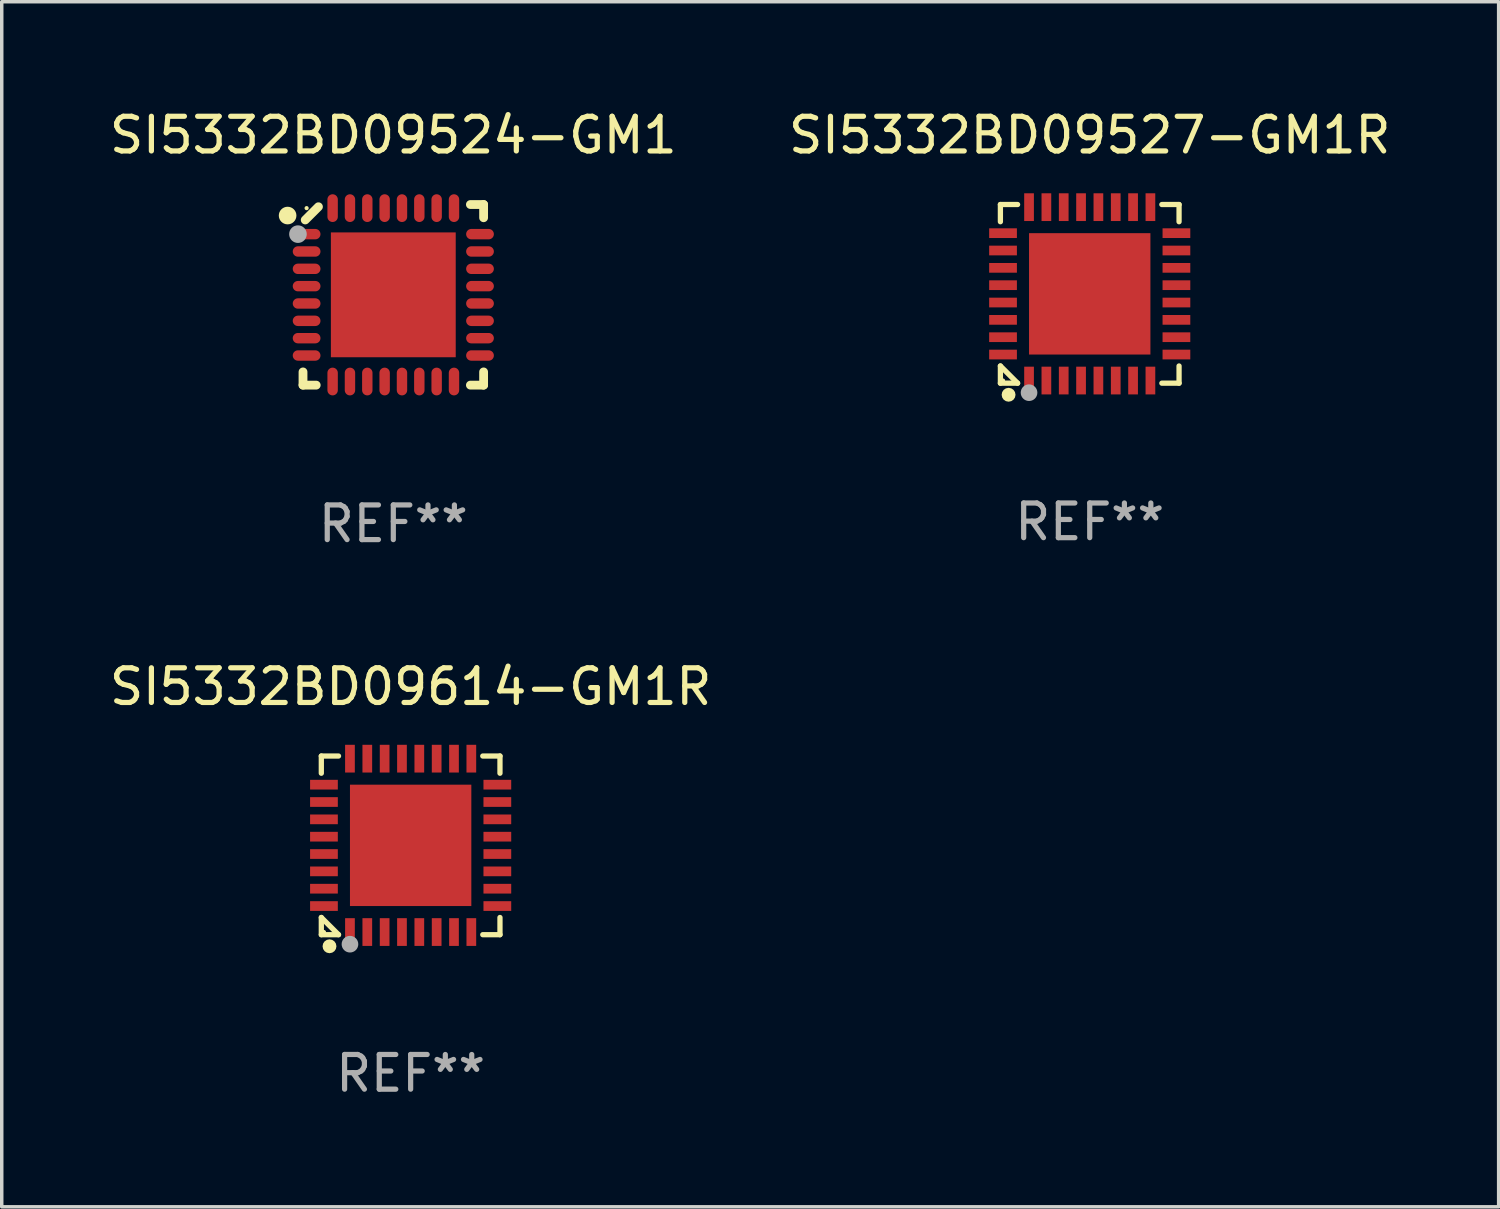
<source format=kicad_pcb>
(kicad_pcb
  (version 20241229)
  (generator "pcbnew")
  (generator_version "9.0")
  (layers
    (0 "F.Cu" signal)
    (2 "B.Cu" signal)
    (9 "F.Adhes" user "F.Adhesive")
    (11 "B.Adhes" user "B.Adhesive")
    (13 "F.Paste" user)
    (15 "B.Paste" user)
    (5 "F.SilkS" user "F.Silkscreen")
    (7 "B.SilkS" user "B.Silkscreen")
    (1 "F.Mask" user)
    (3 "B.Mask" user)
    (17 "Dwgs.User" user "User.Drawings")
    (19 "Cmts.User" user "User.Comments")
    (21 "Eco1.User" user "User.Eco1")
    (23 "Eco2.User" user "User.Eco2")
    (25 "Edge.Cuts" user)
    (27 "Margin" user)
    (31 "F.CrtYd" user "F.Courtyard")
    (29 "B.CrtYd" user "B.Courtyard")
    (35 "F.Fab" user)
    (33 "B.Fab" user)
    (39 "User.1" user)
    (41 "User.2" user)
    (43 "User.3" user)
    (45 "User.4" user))
  (footprint "SI5332BD09527-GM1R"
    (layer "F.Cu")
    (at 28.375 5.424)
    (property "Reference" "SI5332BD09527-GM1R" (at 0 -4.576 0) (layer "F.SilkS") (effects (font (size 1 1) (thickness 0.15))))
    (attr through_hole)
    (fp_line (start -2.576 -2.576) (end -2.08 -2.576) (stroke (width 0.152) (type solid)) (layer "F.SilkS"))
    (fp_line (start -2.576 -2.08) (end -2.576 -2.576) (stroke (width 0.152) (type solid)) (layer "F.SilkS"))
    (fp_line (start -2.576 2.08) (end -2.576 2.576) (stroke (width 0.152) (type solid)) (layer "F.SilkS"))
    (fp_line (start -2.576 2.08) (end -2.08 2.576) (stroke (width 0.152) (type solid)) (layer "F.SilkS"))
    (fp_line (start -2.576 2.576) (end -2.08 2.576) (stroke (width 0.152) (type solid)) (layer "F.SilkS"))
    (fp_line (start 2.576 -2.576) (end 2.08 -2.576) (stroke (width 0.152) (type solid)) (layer "F.SilkS"))
    (fp_line (start 2.576 -2.08) (end 2.576 -2.576) (stroke (width 0.152) (type solid)) (layer "F.SilkS"))
    (fp_line (start 2.576 2.08) (end 2.576 2.576) (stroke (width 0.152) (type solid)) (layer "F.SilkS"))
    (fp_line (start 2.576 2.576) (end 2.08 2.576) (stroke (width 0.152) (type solid)) (layer "F.SilkS"))
    (fp_circle (center -2.5 2.5) (end -2.47 2.5) (stroke (width 0.06) (type solid)) (fill no) (layer "F.SilkS"))
    (fp_circle (center -2.34 2.91) (end -2.24 2.91) (stroke (width 0.2) (type solid)) (fill no) (layer "F.SilkS"))
    (fp_circle (center -1.75 2.85) (end -1.63 2.85) (stroke (width 0.24) (type solid)) (fill no) (layer "F.Fab"))
    (fp_text user "REF**" (at 0 6.576 0) (layer "F.Fab") (effects (font (size 1 1) (thickness 0.15))))
    (pad "1" smd rect (at -1.75 2.5) (size 0.28 0.8) (layers "F.Cu" "F.Mask" "F.Paste"))
    (pad "2" smd rect (at -1.25 2.5) (size 0.28 0.8) (layers "F.Cu" "F.Mask" "F.Paste"))
    (pad "3" smd rect (at -0.75 2.5) (size 0.28 0.8) (layers "F.Cu" "F.Mask" "F.Paste"))
    (pad "4" smd rect (at -0.25 2.5) (size 0.28 0.8) (layers "F.Cu" "F.Mask" "F.Paste"))
    (pad "5" smd rect (at 0.25 2.5) (size 0.28 0.8) (layers "F.Cu" "F.Mask" "F.Paste"))
    (pad "6" smd rect (at 0.75 2.5) (size 0.28 0.8) (layers "F.Cu" "F.Mask" "F.Paste"))
    (pad "7" smd rect (at 1.25 2.5) (size 0.28 0.8) (layers "F.Cu" "F.Mask" "F.Paste"))
    (pad "8" smd rect (at 1.75 2.5) (size 0.28 0.8) (layers "F.Cu" "F.Mask" "F.Paste"))
    (pad "9" smd rect (at 2.5 1.75) (size 0.8 0.28) (layers "F.Cu" "F.Mask" "F.Paste"))
    (pad "10" smd rect (at 2.5 1.25) (size 0.8 0.28) (layers "F.Cu" "F.Mask" "F.Paste"))
    (pad "11" smd rect (at 2.5 0.75) (size 0.8 0.28) (layers "F.Cu" "F.Mask" "F.Paste"))
    (pad "12" smd rect (at 2.5 0.25) (size 0.8 0.28) (layers "F.Cu" "F.Mask" "F.Paste"))
    (pad "13" smd rect (at 2.5 -0.25) (size 0.8 0.28) (layers "F.Cu" "F.Mask" "F.Paste"))
    (pad "14" smd rect (at 2.5 -0.75) (size 0.8 0.28) (layers "F.Cu" "F.Mask" "F.Paste"))
    (pad "15" smd rect (at 2.5 -1.25) (size 0.8 0.28) (layers "F.Cu" "F.Mask" "F.Paste"))
    (pad "16" smd rect (at 2.5 -1.75) (size 0.8 0.28) (layers "F.Cu" "F.Mask" "F.Paste"))
    (pad "17" smd rect (at 1.75 -2.5) (size 0.28 0.8) (layers "F.Cu" "F.Mask" "F.Paste"))
    (pad "18" smd rect (at 1.25 -2.5) (size 0.28 0.8) (layers "F.Cu" "F.Mask" "F.Paste"))
    (pad "19" smd rect (at 0.75 -2.5) (size 0.28 0.8) (layers "F.Cu" "F.Mask" "F.Paste"))
    (pad "20" smd rect (at 0.25 -2.5) (size 0.28 0.8) (layers "F.Cu" "F.Mask" "F.Paste"))
    (pad "21" smd rect (at -0.25 -2.5) (size 0.28 0.8) (layers "F.Cu" "F.Mask" "F.Paste"))
    (pad "22" smd rect (at -0.75 -2.5) (size 0.28 0.8) (layers "F.Cu" "F.Mask" "F.Paste"))
    (pad "23" smd rect (at -1.25 -2.5) (size 0.28 0.8) (layers "F.Cu" "F.Mask" "F.Paste"))
    (pad "24" smd rect (at -1.75 -2.5) (size 0.28 0.8) (layers "F.Cu" "F.Mask" "F.Paste"))
    (pad "25" smd rect (at -2.5 -1.75) (size 0.8 0.28) (layers "F.Cu" "F.Mask" "F.Paste"))
    (pad "26" smd rect (at -2.5 -1.25) (size 0.8 0.28) (layers "F.Cu" "F.Mask" "F.Paste"))
    (pad "27" smd rect (at -2.5 -0.75) (size 0.8 0.28) (layers "F.Cu" "F.Mask" "F.Paste"))
    (pad "28" smd rect (at -2.5 -0.25) (size 0.8 0.28) (layers "F.Cu" "F.Mask" "F.Paste"))
    (pad "29" smd rect (at -2.5 0.25) (size 0.8 0.28) (layers "F.Cu" "F.Mask" "F.Paste"))
    (pad "30" smd rect (at -2.5 0.75) (size 0.8 0.28) (layers "F.Cu" "F.Mask" "F.Paste"))
    (pad "31" smd rect (at -2.5 1.25) (size 0.8 0.28) (layers "F.Cu" "F.Mask" "F.Paste"))
    (pad "32" smd rect (at -2.5 1.75) (size 0.8 0.28) (layers "F.Cu" "F.Mask" "F.Paste"))
    (pad "33" smd rect (at 0 0) (size 3.5 3.5) (layers "F.Cu" "F.Mask" "F.Paste")))
  (footprint "SI5332BD09524-GM1"
    (layer "F.Cu")
    (at 8.292 5.452)
    (property "Reference" "SI5332BD09524-GM1" (at 0 -4.604 0) (layer "F.SilkS") (effects (font (size 1 1) (thickness 0.15))))
    (attr through_hole)
    (fp_line (start -2.604 2.223) (end -2.604 2.604) (stroke (width 0.254) (type solid)) (layer "F.SilkS"))
    (fp_line (start -2.604 2.604) (end -2.223 2.604) (stroke (width 0.254) (type solid)) (layer "F.SilkS"))
    (fp_line (start -2.159 -2.54) (end -2.54 -2.159) (stroke (width 0.254) (type solid)) (layer "F.SilkS"))
    (fp_line (start 2.223 2.604) (end 2.604 2.604) (stroke (width 0.254) (type solid)) (layer "F.SilkS"))
    (fp_line (start 2.604 -2.604) (end 2.223 -2.604) (stroke (width 0.254) (type solid)) (layer "F.SilkS"))
    (fp_line (start 2.604 -2.223) (end 2.604 -2.604) (stroke (width 0.254) (type solid)) (layer "F.SilkS"))
    (fp_line (start 2.604 2.604) (end 2.604 2.223) (stroke (width 0.254) (type solid)) (layer "F.SilkS"))
    (fp_circle (center -3.048 -2.286) (end -2.921 -2.286) (stroke (width 0.254) (type solid)) (fill no) (layer "F.SilkS"))
    (fp_circle (center -2.5 -2.5) (end -2.47 -2.5) (stroke (width 0.06) (type solid)) (fill no) (layer "F.SilkS"))
    (fp_circle (center -2.75 -1.75) (end -2.623 -1.75) (stroke (width 0.254) (type solid)) (fill no) (layer "F.Fab"))
    (fp_text user "REF**" (at 0 6.604 0) (layer "F.Fab") (effects (font (size 1 1) (thickness 0.15))))
    (pad "1" smd oval (at -2.5 -1.75) (size 0.8 0.3) (layers "F.Cu" "F.Mask" "F.Paste"))
    (pad "2" smd oval (at -2.5 -1.25) (size 0.8 0.3) (layers "F.Cu" "F.Mask" "F.Paste"))
    (pad "3" smd oval (at -2.5 -0.75) (size 0.8 0.3) (layers "F.Cu" "F.Mask" "F.Paste"))
    (pad "4" smd oval (at -2.5 -0.25) (size 0.8 0.3) (layers "F.Cu" "F.Mask" "F.Paste"))
    (pad "5" smd oval (at -2.5 0.25) (size 0.8 0.3) (layers "F.Cu" "F.Mask" "F.Paste"))
    (pad "6" smd oval (at -2.5 0.75) (size 0.8 0.3) (layers "F.Cu" "F.Mask" "F.Paste"))
    (pad "7" smd oval (at -2.5 1.25) (size 0.8 0.3) (layers "F.Cu" "F.Mask" "F.Paste"))
    (pad "8" smd oval (at -2.5 1.75) (size 0.8 0.3) (layers "F.Cu" "F.Mask" "F.Paste"))
    (pad "9" smd oval (at -1.75 2.5) (size 0.3 0.8) (layers "F.Cu" "F.Mask" "F.Paste"))
    (pad "10" smd oval (at -1.25 2.5) (size 0.3 0.8) (layers "F.Cu" "F.Mask" "F.Paste"))
    (pad "11" smd oval (at -0.75 2.5) (size 0.3 0.8) (layers "F.Cu" "F.Mask" "F.Paste"))
    (pad "12" smd oval (at -0.25 2.5) (size 0.3 0.8) (layers "F.Cu" "F.Mask" "F.Paste"))
    (pad "13" smd oval (at 0.25 2.5) (size 0.3 0.8) (layers "F.Cu" "F.Mask" "F.Paste"))
    (pad "14" smd oval (at 0.75 2.5) (size 0.3 0.8) (layers "F.Cu" "F.Mask" "F.Paste"))
    (pad "15" smd oval (at 1.25 2.5) (size 0.3 0.8) (layers "F.Cu" "F.Mask" "F.Paste"))
    (pad "16" smd oval (at 1.75 2.5) (size 0.3 0.8) (layers "F.Cu" "F.Mask" "F.Paste"))
    (pad "17" smd oval (at 2.5 1.75) (size 0.8 0.3) (layers "F.Cu" "F.Mask" "F.Paste"))
    (pad "18" smd oval (at 2.5 1.25) (size 0.8 0.3) (layers "F.Cu" "F.Mask" "F.Paste"))
    (pad "19" smd oval (at 2.5 0.75) (size 0.8 0.3) (layers "F.Cu" "F.Mask" "F.Paste"))
    (pad "20" smd oval (at 2.5 0.25) (size 0.8 0.3) (layers "F.Cu" "F.Mask" "F.Paste"))
    (pad "21" smd oval (at 2.5 -0.25) (size 0.8 0.3) (layers "F.Cu" "F.Mask" "F.Paste"))
    (pad "22" smd oval (at 2.5 -0.75) (size 0.8 0.3) (layers "F.Cu" "F.Mask" "F.Paste"))
    (pad "23" smd oval (at 2.5 -1.25) (size 0.8 0.3) (layers "F.Cu" "F.Mask" "F.Paste"))
    (pad "24" smd oval (at 2.5 -1.75) (size 0.8 0.3) (layers "F.Cu" "F.Mask" "F.Paste"))
    (pad "25" smd oval (at 1.75 -2.5) (size 0.3 0.8) (layers "F.Cu" "F.Mask" "F.Paste"))
    (pad "26" smd oval (at 1.25 -2.5) (size 0.3 0.8) (layers "F.Cu" "F.Mask" "F.Paste"))
    (pad "27" smd oval (at 0.75 -2.5) (size 0.3 0.8) (layers "F.Cu" "F.Mask" "F.Paste"))
    (pad "28" smd oval (at 0.25 -2.5) (size 0.3 0.8) (layers "F.Cu" "F.Mask" "F.Paste"))
    (pad "29" smd oval (at -0.25 -2.5) (size 0.3 0.8) (layers "F.Cu" "F.Mask" "F.Paste"))
    (pad "30" smd oval (at -0.75 -2.5) (size 0.3 0.8) (layers "F.Cu" "F.Mask" "F.Paste"))
    (pad "31" smd oval (at -1.25 -2.5) (size 0.3 0.8) (layers "F.Cu" "F.Mask" "F.Paste"))
    (pad "32" smd oval (at -1.75 -2.5) (size 0.3 0.8) (layers "F.Cu" "F.Mask" "F.Paste"))
    (pad "33" smd rect (at -0.000076 0) (size 3.6 3.6) (layers "F.Cu" "F.Mask" "F.Paste")))
  (footprint "SI5332BD09614-GM1R"
    (layer "F.Cu")
    (at 8.792 21.328)
    (property "Reference" "SI5332BD09614-GM1R" (at 0 -4.576 0) (layer "F.SilkS") (effects (font (size 1 1) (thickness 0.15))))
    (attr through_hole)
    (fp_line (start -2.576 -2.576) (end -2.08 -2.576) (stroke (width 0.152) (type solid)) (layer "F.SilkS"))
    (fp_line (start -2.576 -2.08) (end -2.576 -2.576) (stroke (width 0.152) (type solid)) (layer "F.SilkS"))
    (fp_line (start -2.576 2.08) (end -2.576 2.576) (stroke (width 0.152) (type solid)) (layer "F.SilkS"))
    (fp_line (start -2.576 2.08) (end -2.08 2.576) (stroke (width 0.152) (type solid)) (layer "F.SilkS"))
    (fp_line (start -2.576 2.576) (end -2.08 2.576) (stroke (width 0.152) (type solid)) (layer "F.SilkS"))
    (fp_line (start 2.576 -2.576) (end 2.08 -2.576) (stroke (width 0.152) (type solid)) (layer "F.SilkS"))
    (fp_line (start 2.576 -2.08) (end 2.576 -2.576) (stroke (width 0.152) (type solid)) (layer "F.SilkS"))
    (fp_line (start 2.576 2.08) (end 2.576 2.576) (stroke (width 0.152) (type solid)) (layer "F.SilkS"))
    (fp_line (start 2.576 2.576) (end 2.08 2.576) (stroke (width 0.152) (type solid)) (layer "F.SilkS"))
    (fp_circle (center -2.5 2.5) (end -2.47 2.5) (stroke (width 0.06) (type solid)) (fill no) (layer "F.SilkS"))
    (fp_circle (center -2.34 2.91) (end -2.24 2.91) (stroke (width 0.2) (type solid)) (fill no) (layer "F.SilkS"))
    (fp_circle (center -1.75 2.85) (end -1.63 2.85) (stroke (width 0.24) (type solid)) (fill no) (layer "F.Fab"))
    (fp_text user "REF**" (at 0 6.576 0) (layer "F.Fab") (effects (font (size 1 1) (thickness 0.15))))
    (pad "1" smd rect (at -1.75 2.5) (size 0.28 0.8) (layers "F.Cu" "F.Mask" "F.Paste"))
    (pad "2" smd rect (at -1.25 2.5) (size 0.28 0.8) (layers "F.Cu" "F.Mask" "F.Paste"))
    (pad "3" smd rect (at -0.75 2.5) (size 0.28 0.8) (layers "F.Cu" "F.Mask" "F.Paste"))
    (pad "4" smd rect (at -0.25 2.5) (size 0.28 0.8) (layers "F.Cu" "F.Mask" "F.Paste"))
    (pad "5" smd rect (at 0.25 2.5) (size 0.28 0.8) (layers "F.Cu" "F.Mask" "F.Paste"))
    (pad "6" smd rect (at 0.75 2.5) (size 0.28 0.8) (layers "F.Cu" "F.Mask" "F.Paste"))
    (pad "7" smd rect (at 1.25 2.5) (size 0.28 0.8) (layers "F.Cu" "F.Mask" "F.Paste"))
    (pad "8" smd rect (at 1.75 2.5) (size 0.28 0.8) (layers "F.Cu" "F.Mask" "F.Paste"))
    (pad "9" smd rect (at 2.5 1.75) (size 0.8 0.28) (layers "F.Cu" "F.Mask" "F.Paste"))
    (pad "10" smd rect (at 2.5 1.25) (size 0.8 0.28) (layers "F.Cu" "F.Mask" "F.Paste"))
    (pad "11" smd rect (at 2.5 0.75) (size 0.8 0.28) (layers "F.Cu" "F.Mask" "F.Paste"))
    (pad "12" smd rect (at 2.5 0.25) (size 0.8 0.28) (layers "F.Cu" "F.Mask" "F.Paste"))
    (pad "13" smd rect (at 2.5 -0.25) (size 0.8 0.28) (layers "F.Cu" "F.Mask" "F.Paste"))
    (pad "14" smd rect (at 2.5 -0.75) (size 0.8 0.28) (layers "F.Cu" "F.Mask" "F.Paste"))
    (pad "15" smd rect (at 2.5 -1.25) (size 0.8 0.28) (layers "F.Cu" "F.Mask" "F.Paste"))
    (pad "16" smd rect (at 2.5 -1.75) (size 0.8 0.28) (layers "F.Cu" "F.Mask" "F.Paste"))
    (pad "17" smd rect (at 1.75 -2.5) (size 0.28 0.8) (layers "F.Cu" "F.Mask" "F.Paste"))
    (pad "18" smd rect (at 1.25 -2.5) (size 0.28 0.8) (layers "F.Cu" "F.Mask" "F.Paste"))
    (pad "19" smd rect (at 0.75 -2.5) (size 0.28 0.8) (layers "F.Cu" "F.Mask" "F.Paste"))
    (pad "20" smd rect (at 0.25 -2.5) (size 0.28 0.8) (layers "F.Cu" "F.Mask" "F.Paste"))
    (pad "21" smd rect (at -0.25 -2.5) (size 0.28 0.8) (layers "F.Cu" "F.Mask" "F.Paste"))
    (pad "22" smd rect (at -0.75 -2.5) (size 0.28 0.8) (layers "F.Cu" "F.Mask" "F.Paste"))
    (pad "23" smd rect (at -1.25 -2.5) (size 0.28 0.8) (layers "F.Cu" "F.Mask" "F.Paste"))
    (pad "24" smd rect (at -1.75 -2.5) (size 0.28 0.8) (layers "F.Cu" "F.Mask" "F.Paste"))
    (pad "25" smd rect (at -2.5 -1.75) (size 0.8 0.28) (layers "F.Cu" "F.Mask" "F.Paste"))
    (pad "26" smd rect (at -2.5 -1.25) (size 0.8 0.28) (layers "F.Cu" "F.Mask" "F.Paste"))
    (pad "27" smd rect (at -2.5 -0.75) (size 0.8 0.28) (layers "F.Cu" "F.Mask" "F.Paste"))
    (pad "28" smd rect (at -2.5 -0.25) (size 0.8 0.28) (layers "F.Cu" "F.Mask" "F.Paste"))
    (pad "29" smd rect (at -2.5 0.25) (size 0.8 0.28) (layers "F.Cu" "F.Mask" "F.Paste"))
    (pad "30" smd rect (at -2.5 0.75) (size 0.8 0.28) (layers "F.Cu" "F.Mask" "F.Paste"))
    (pad "31" smd rect (at -2.5 1.25) (size 0.8 0.28) (layers "F.Cu" "F.Mask" "F.Paste"))
    (pad "32" smd rect (at -2.5 1.75) (size 0.8 0.28) (layers "F.Cu" "F.Mask" "F.Paste"))
    (pad "33" smd rect (at 0 0) (size 3.5 3.5) (layers "F.Cu" "F.Mask" "F.Paste")))
  (gr_rect
    (start -3 -3)
    (end 40.167 31.752)
    (stroke (width 0.1) (type default))
    (fill no)
    (layer "Edge.Cuts")))
</source>
